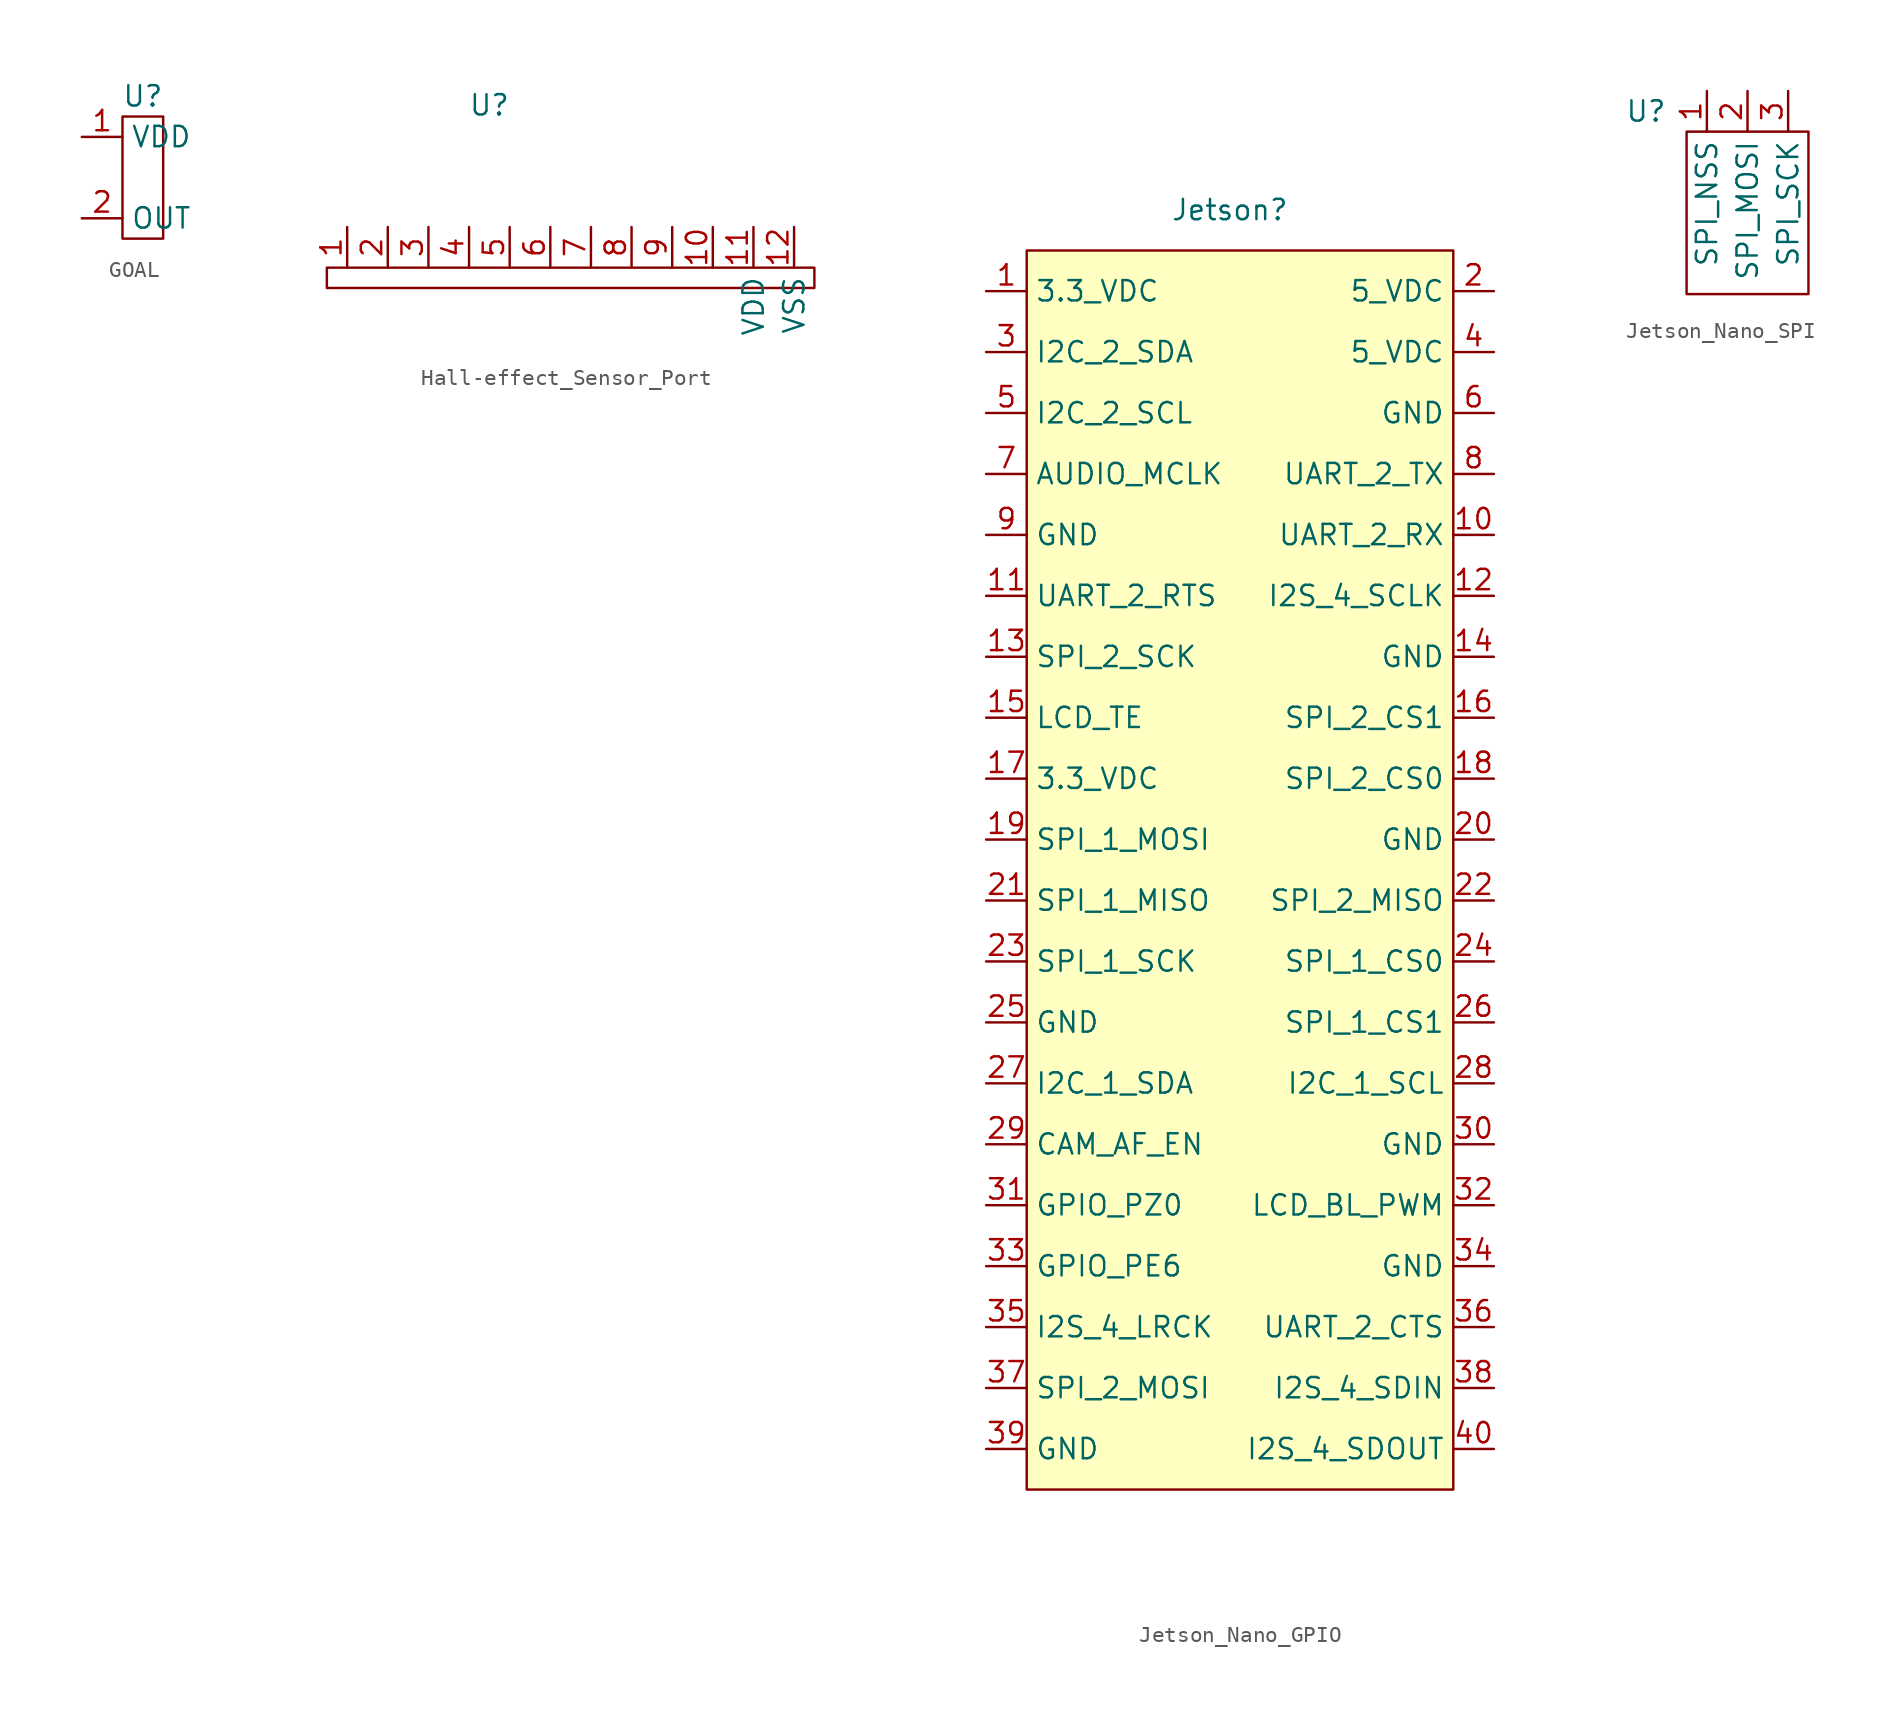
<source format=kicad_sym>
(kicad_symbol_lib
  (version 20220914)
  (generator kicad_symbol_editor)
  (symbol "GOAL"
    (property "Reference" "U"
      (at 0 0 0)
      (effects (font (size 1.27 1.27))))
    (property "Value" ""
      (at 0 0 0)
      (effects (font (size 1.27 1.27))))
    (symbol "GOAL_0_1"
      (rectangle (start -1.27 -1.27) (end 1.27 -8.89) (stroke (width 0) (type default)) (fill (type none))))
    (symbol "GOAL_1_1"
      (pin passive line (at -3.81 -2.54 0) (length 2.54) (name "VDD" (effects (font (size 1.27 1.27)))) (number "1" (effects (font (size 1.27 1.27)))))
      (pin passive line (at -3.81 -7.62 0) (length 2.54) (name "OUT" (effects (font (size 1.27 1.27)))) (number "2" (effects (font (size 1.27 1.27)))))))
  (symbol "Hall-effect_Sensor_Port"
    (property "Reference" "U"
      (at 6.35 8.89 0)
      (effects (font (size 1.27 1.27))))
    (property "Value" ""
      (at 0 0 0)
      (effects (font (size 1.27 1.27))))
    (symbol "Hall-effect_Sensor_Port_0_1"
      (rectangle (start -3.81 -1.27) (end 26.67 -2.54) (stroke (width 0) (type default)) (fill (type none))))
    (symbol "Hall-effect_Sensor_Port_1_1"
      (pin passive line (at -2.54 1.27 270) (length 2.54) (name "" (effects (font (size 1.27 1.27)))) (number "1" (effects (font (size 1.27 1.27)))))
      (pin passive line (at 20.32 1.27 270) (length 2.54) (name "" (effects (font (size 1.27 1.27)))) (number "10" (effects (font (size 1.27 1.27)))))
      (pin passive line (at 22.86 1.27 270) (length 2.54) (name "VDD" (effects (font (size 1.27 1.27)))) (number "11" (effects (font (size 1.27 1.27)))))
      (pin passive line (at 25.4 1.27 270) (length 2.54) (name "VSS" (effects (font (size 1.27 1.27)))) (number "12" (effects (font (size 1.27 1.27)))))
      (pin passive line (at 0 1.27 270) (length 2.54) (name "" (effects (font (size 1.27 1.27)))) (number "2" (effects (font (size 1.27 1.27)))))
      (pin passive line (at 2.54 1.27 270) (length 2.54) (name "" (effects (font (size 1.27 1.27)))) (number "3" (effects (font (size 1.27 1.27)))))
      (pin passive line (at 5.08 1.27 270) (length 2.54) (name "" (effects (font (size 1.27 1.27)))) (number "4" (effects (font (size 1.27 1.27)))))
      (pin passive line (at 7.62 1.27 270) (length 2.54) (name "" (effects (font (size 1.27 1.27)))) (number "5" (effects (font (size 1.27 1.27)))))
      (pin passive line (at 10.16 1.27 270) (length 2.54) (name "" (effects (font (size 1.27 1.27)))) (number "6" (effects (font (size 1.27 1.27)))))
      (pin passive line (at 12.7 1.27 270) (length 2.54) (name "" (effects (font (size 1.27 1.27)))) (number "7" (effects (font (size 1.27 1.27)))))
      (pin passive line (at 15.24 1.27 270) (length 2.54) (name "" (effects (font (size 1.27 1.27)))) (number "8" (effects (font (size 1.27 1.27)))))
      (pin passive line (at 17.78 1.27 270) (length 2.54) (name "" (effects (font (size 1.27 1.27)))) (number "9" (effects (font (size 1.27 1.27)))))))
  (symbol "Jetson_Nano_GPIO"
    (property "Reference" "Jetson"
      (at 10.16 1.27 0)
      (effects (font (size 1.27 1.27))))
    (property "Value" ""
      (at 0 0 0)
      (effects (font (size 1.27 1.27))))
    (symbol "Jetson_Nano_GPIO_1_1"
      (rectangle (start -2.54 -1.27) (end 24.13 -78.74) (stroke (width 0) (type default)) (fill (type background)))
      (pin passive line (at -5.08 -3.81 0) (length 2.54) (name "3.3_VDC" (effects (font (size 1.27 1.27)))) (number "1" (effects (font (size 1.27 1.27)))))
      (pin passive line (at 26.67 -19.05 180) (length 2.54) (name "UART_2_RX" (effects (font (size 1.27 1.27)))) (number "10" (effects (font (size 1.27 1.27)))))
      (pin passive line (at -5.08 -22.86 0) (length 2.54) (name "UART_2_RTS" (effects (font (size 1.27 1.27)))) (number "11" (effects (font (size 1.27 1.27)))))
      (pin passive line (at 26.67 -22.86 180) (length 2.54) (name "I2S_4_SCLK" (effects (font (size 1.27 1.27)))) (number "12" (effects (font (size 1.27 1.27)))))
      (pin passive line (at -5.08 -26.67 0) (length 2.54) (name "SPI_2_SCK" (effects (font (size 1.27 1.27)))) (number "13" (effects (font (size 1.27 1.27)))))
      (pin passive line (at 26.67 -26.67 180) (length 2.54) (name "GND" (effects (font (size 1.27 1.27)))) (number "14" (effects (font (size 1.27 1.27)))))
      (pin passive line (at -5.08 -30.48 0) (length 2.54) (name "LCD_TE" (effects (font (size 1.27 1.27)))) (number "15" (effects (font (size 1.27 1.27)))))
      (pin passive line (at 26.67 -30.48 180) (length 2.54) (name "SPI_2_CS1" (effects (font (size 1.27 1.27)))) (number "16" (effects (font (size 1.27 1.27)))))
      (pin passive line (at -5.08 -34.29 0) (length 2.54) (name "3.3_VDC" (effects (font (size 1.27 1.27)))) (number "17" (effects (font (size 1.27 1.27)))))
      (pin passive line (at 26.67 -34.29 180) (length 2.54) (name "SPI_2_CS0" (effects (font (size 1.27 1.27)))) (number "18" (effects (font (size 1.27 1.27)))))
      (pin passive line (at -5.08 -38.1 0) (length 2.54) (name "SPI_1_MOSI" (effects (font (size 1.27 1.27)))) (number "19" (effects (font (size 1.27 1.27)))))
      (pin passive line (at 26.67 -3.81 180) (length 2.54) (name "5_VDC" (effects (font (size 1.27 1.27)))) (number "2" (effects (font (size 1.27 1.27)))))
      (pin passive line (at 26.67 -38.1 180) (length 2.54) (name "GND" (effects (font (size 1.27 1.27)))) (number "20" (effects (font (size 1.27 1.27)))))
      (pin passive line (at -5.08 -41.91 0) (length 2.54) (name "SPI_1_MISO" (effects (font (size 1.27 1.27)))) (number "21" (effects (font (size 1.27 1.27)))))
      (pin passive line (at 26.67 -41.91 180) (length 2.54) (name "SPI_2_MISO" (effects (font (size 1.27 1.27)))) (number "22" (effects (font (size 1.27 1.27)))))
      (pin passive line (at -5.08 -45.72 0) (length 2.54) (name "SPI_1_SCK" (effects (font (size 1.27 1.27)))) (number "23" (effects (font (size 1.27 1.27)))))
      (pin passive line (at 26.67 -45.72 180) (length 2.54) (name "SPI_1_CS0" (effects (font (size 1.27 1.27)))) (number "24" (effects (font (size 1.27 1.27)))))
      (pin passive line (at -5.08 -49.53 0) (length 2.54) (name "GND" (effects (font (size 1.27 1.27)))) (number "25" (effects (font (size 1.27 1.27)))))
      (pin passive line (at 26.67 -49.53 180) (length 2.54) (name "SPI_1_CS1" (effects (font (size 1.27 1.27)))) (number "26" (effects (font (size 1.27 1.27)))))
      (pin passive line (at -5.08 -53.34 0) (length 2.54) (name "I2C_1_SDA" (effects (font (size 1.27 1.27)))) (number "27" (effects (font (size 1.27 1.27)))))
      (pin passive line (at 26.67 -53.34 180) (length 2.54) (name "I2C_1_SCL" (effects (font (size 1.27 1.27)))) (number "28" (effects (font (size 1.27 1.27)))))
      (pin passive line (at -5.08 -57.15 0) (length 2.54) (name "CAM_AF_EN" (effects (font (size 1.27 1.27)))) (number "29" (effects (font (size 1.27 1.27)))))
      (pin passive line (at -5.08 -7.62 0) (length 2.54) (name "I2C_2_SDA" (effects (font (size 1.27 1.27)))) (number "3" (effects (font (size 1.27 1.27)))))
      (pin passive line (at 26.67 -57.15 180) (length 2.54) (name "GND" (effects (font (size 1.27 1.27)))) (number "30" (effects (font (size 1.27 1.27)))))
      (pin passive line (at -5.08 -60.96 0) (length 2.54) (name "GPIO_PZ0" (effects (font (size 1.27 1.27)))) (number "31" (effects (font (size 1.27 1.27)))))
      (pin passive line (at 26.67 -60.96 180) (length 2.54) (name "LCD_BL_PWM" (effects (font (size 1.27 1.27)))) (number "32" (effects (font (size 1.27 1.27)))))
      (pin passive line (at -5.08 -64.77 0) (length 2.54) (name "GPIO_PE6" (effects (font (size 1.27 1.27)))) (number "33" (effects (font (size 1.27 1.27)))))
      (pin passive line (at 26.67 -64.77 180) (length 2.54) (name "GND" (effects (font (size 1.27 1.27)))) (number "34" (effects (font (size 1.27 1.27)))))
      (pin passive line (at -5.08 -68.58 0) (length 2.54) (name "I2S_4_LRCK" (effects (font (size 1.27 1.27)))) (number "35" (effects (font (size 1.27 1.27)))))
      (pin passive line (at 26.67 -68.58 180) (length 2.54) (name "UART_2_CTS" (effects (font (size 1.27 1.27)))) (number "36" (effects (font (size 1.27 1.27)))))
      (pin passive line (at -5.08 -72.39 0) (length 2.54) (name "SPI_2_MOSI" (effects (font (size 1.27 1.27)))) (number "37" (effects (font (size 1.27 1.27)))))
      (pin passive line (at 26.67 -72.39 180) (length 2.54) (name "I2S_4_SDIN" (effects (font (size 1.27 1.27)))) (number "38" (effects (font (size 1.27 1.27)))))
      (pin passive line (at -5.08 -76.2 0) (length 2.54) (name "GND" (effects (font (size 1.27 1.27)))) (number "39" (effects (font (size 1.27 1.27)))))
      (pin passive line (at 26.67 -7.62 180) (length 2.54) (name "5_VDC" (effects (font (size 1.27 1.27)))) (number "4" (effects (font (size 1.27 1.27)))))
      (pin passive line (at 26.67 -76.2 180) (length 2.54) (name "I2S_4_SDOUT" (effects (font (size 1.27 1.27)))) (number "40" (effects (font (size 1.27 1.27)))))
      (pin passive line (at -5.08 -11.43 0) (length 2.54) (name "I2C_2_SCL" (effects (font (size 1.27 1.27)))) (number "5" (effects (font (size 1.27 1.27)))))
      (pin passive line (at 26.67 -11.43 180) (length 2.54) (name "GND" (effects (font (size 1.27 1.27)))) (number "6" (effects (font (size 1.27 1.27)))))
      (pin passive line (at -5.08 -15.24 0) (length 2.54) (name "AUDIO_MCLK" (effects (font (size 1.27 1.27)))) (number "7" (effects (font (size 1.27 1.27)))))
      (pin passive line (at 26.67 -15.24 180) (length 2.54) (name "UART_2_TX" (effects (font (size 1.27 1.27)))) (number "8" (effects (font (size 1.27 1.27)))))
      (pin passive line (at -5.08 -19.05 0) (length 2.54) (name "GND" (effects (font (size 1.27 1.27)))) (number "9" (effects (font (size 1.27 1.27)))))))
  (symbol "Jetson_Nano_SPI"
    (property "Reference" "U"
      (at -3.81 0 0)
      (effects (font (size 1.27 1.27))))
    (property "Value" ""
      (at 0 0 0)
      (effects (font (size 1.27 1.27))))
    (symbol "Jetson_Nano_SPI_0_1"
      (rectangle (start -1.27 -1.27) (end 6.35 -11.43) (stroke (width 0) (type default)) (fill (type none))))
    (symbol "Jetson_Nano_SPI_1_1"
      (pin passive line (at 0 1.27 270) (length 2.54) (name "SPI_NSS" (effects (font (size 1.27 1.27)))) (number "1" (effects (font (size 1.27 1.27)))))
      (pin passive line (at 2.54 1.27 270) (length 2.54) (name "SPI_MOSI" (effects (font (size 1.27 1.27)))) (number "2" (effects (font (size 1.27 1.27)))))
      (pin passive line (at 5.08 1.27 270) (length 2.54) (name "SPI_SCK" (effects (font (size 1.27 1.27)))) (number "3" (effects (font (size 1.27 1.27))))))))
</source>
